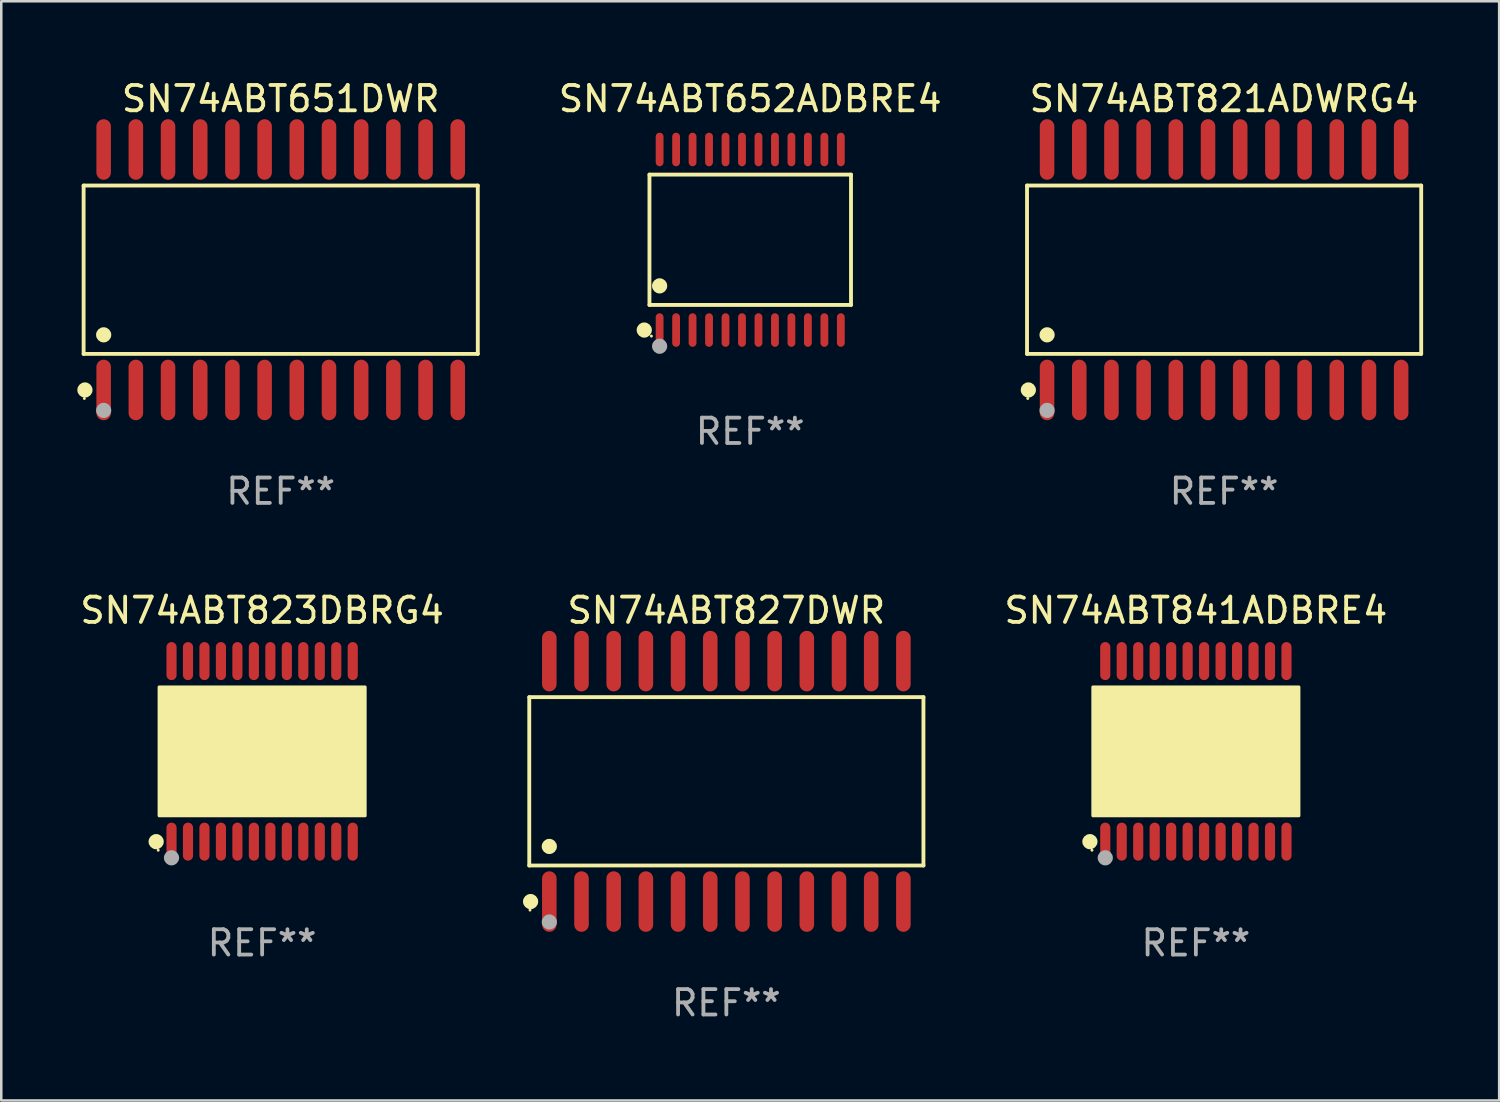
<source format=kicad_pcb>
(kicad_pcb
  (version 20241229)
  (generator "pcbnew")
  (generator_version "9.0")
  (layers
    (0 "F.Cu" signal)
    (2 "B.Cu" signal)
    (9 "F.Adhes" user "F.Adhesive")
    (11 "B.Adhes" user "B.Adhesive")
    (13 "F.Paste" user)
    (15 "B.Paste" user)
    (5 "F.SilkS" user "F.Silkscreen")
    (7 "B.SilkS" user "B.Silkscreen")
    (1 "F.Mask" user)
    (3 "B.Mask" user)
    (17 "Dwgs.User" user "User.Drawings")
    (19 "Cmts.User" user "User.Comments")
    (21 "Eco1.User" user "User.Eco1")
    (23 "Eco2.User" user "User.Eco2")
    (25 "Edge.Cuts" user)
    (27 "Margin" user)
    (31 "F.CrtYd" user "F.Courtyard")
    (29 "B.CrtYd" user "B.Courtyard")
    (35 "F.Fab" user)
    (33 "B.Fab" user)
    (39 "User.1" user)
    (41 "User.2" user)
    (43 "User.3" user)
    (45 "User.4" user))
  (footprint "SN74ABT651DWR"
    (layer "F.Cu")
    (at 8.025 7.592)
    (property "Reference" "SN74ABT651DWR" (at 0 -6.744 0) (layer "F.SilkS") (effects (font (size 1 1) (thickness 0.15))))
    (attr through_hole)
    (fp_line (start -7.776 -3.321) (end 7.776 -3.321) (stroke (width 0.152) (type solid)) (layer "F.SilkS"))
    (fp_line (start -7.776 3.321) (end -7.776 -3.321) (stroke (width 0.152) (type solid)) (layer "F.SilkS"))
    (fp_line (start 7.776 -3.321) (end 7.776 3.321) (stroke (width 0.152) (type solid)) (layer "F.SilkS"))
    (fp_line (start 7.776 3.321) (end -7.776 3.321) (stroke (width 0.152) (type solid)) (layer "F.SilkS"))
    (fp_circle (center -7.747 5.08) (end -7.717 5.08) (stroke (width 0.06) (type solid)) (fill no) (layer "F.SilkS"))
    (fp_circle (center -7.724 4.744) (end -7.574 4.744) (stroke (width 0.3) (type solid)) (fill no) (layer "F.SilkS"))
    (fp_circle (center -6.985 2.569) (end -6.835 2.569) (stroke (width 0.3) (type solid)) (fill no) (layer "F.SilkS"))
    (fp_circle (center -6.985 5.55) (end -6.835 5.55) (stroke (width 0.3) (type solid)) (fill no) (layer "F.Fab"))
    (fp_text user "REF**" (at 0 8.744 0) (layer "F.Fab") (effects (font (size 1 1) (thickness 0.15))))
    (pad "1" smd oval (at -6.985 4.744) (size 0.574 2.388) (layers "F.Cu" "F.Mask" "F.Paste"))
    (pad "2" smd oval (at -5.715 4.744) (size 0.574 2.388) (layers "F.Cu" "F.Mask" "F.Paste"))
    (pad "3" smd oval (at -4.445 4.744) (size 0.574 2.388) (layers "F.Cu" "F.Mask" "F.Paste"))
    (pad "4" smd oval (at -3.175 4.744) (size 0.574 2.388) (layers "F.Cu" "F.Mask" "F.Paste"))
    (pad "5" smd oval (at -1.905 4.744) (size 0.574 2.388) (layers "F.Cu" "F.Mask" "F.Paste"))
    (pad "6" smd oval (at -0.635 4.744) (size 0.574 2.388) (layers "F.Cu" "F.Mask" "F.Paste"))
    (pad "7" smd oval (at 0.635 4.744) (size 0.574 2.388) (layers "F.Cu" "F.Mask" "F.Paste"))
    (pad "8" smd oval (at 1.905 4.744) (size 0.574 2.388) (layers "F.Cu" "F.Mask" "F.Paste"))
    (pad "9" smd oval (at 3.175 4.744) (size 0.574 2.388) (layers "F.Cu" "F.Mask" "F.Paste"))
    (pad "10" smd oval (at 4.445 4.744) (size 0.574 2.388) (layers "F.Cu" "F.Mask" "F.Paste"))
    (pad "11" smd oval (at 5.715 4.744) (size 0.574 2.388) (layers "F.Cu" "F.Mask" "F.Paste"))
    (pad "12" smd oval (at 6.985 4.744) (size 0.574 2.388) (layers "F.Cu" "F.Mask" "F.Paste"))
    (pad "13" smd oval (at 6.985 -4.744) (size 0.574 2.388) (layers "F.Cu" "F.Mask" "F.Paste"))
    (pad "14" smd oval (at 5.715 -4.744) (size 0.574 2.388) (layers "F.Cu" "F.Mask" "F.Paste"))
    (pad "15" smd oval (at 4.445 -4.744) (size 0.574 2.388) (layers "F.Cu" "F.Mask" "F.Paste"))
    (pad "16" smd oval (at 3.175 -4.744) (size 0.574 2.388) (layers "F.Cu" "F.Mask" "F.Paste"))
    (pad "17" smd oval (at 1.905 -4.744) (size 0.574 2.388) (layers "F.Cu" "F.Mask" "F.Paste"))
    (pad "18" smd oval (at 0.635 -4.744) (size 0.574 2.388) (layers "F.Cu" "F.Mask" "F.Paste"))
    (pad "19" smd oval (at -0.635 -4.744) (size 0.574 2.388) (layers "F.Cu" "F.Mask" "F.Paste"))
    (pad "20" smd oval (at -1.905 -4.744) (size 0.574 2.388) (layers "F.Cu" "F.Mask" "F.Paste"))
    (pad "21" smd oval (at -3.175 -4.744) (size 0.574 2.388) (layers "F.Cu" "F.Mask" "F.Paste"))
    (pad "22" smd oval (at -4.445 -4.744) (size 0.574 2.388) (layers "F.Cu" "F.Mask" "F.Paste"))
    (pad "23" smd oval (at -5.715 -4.744) (size 0.574 2.388) (layers "F.Cu" "F.Mask" "F.Paste"))
    (pad "24" smd oval (at -6.985 -4.744) (size 0.574 2.388) (layers "F.Cu" "F.Mask" "F.Paste")))
  (footprint "SN74ABT652ADBRE4"
    (layer "F.Cu")
    (at 26.55 6.41)
    (property "Reference" "SN74ABT652ADBRE4" (at 0 -5.562 0) (layer "F.SilkS") (effects (font (size 1 1) (thickness 0.15))))
    (attr through_hole)
    (fp_line (start -3.976 -2.571) (end 3.976 -2.571) (stroke (width 0.152) (type solid)) (layer "F.SilkS"))
    (fp_line (start -3.976 2.571) (end -3.976 -2.571) (stroke (width 0.152) (type solid)) (layer "F.SilkS"))
    (fp_line (start 3.976 -2.571) (end 3.976 2.571) (stroke (width 0.152) (type solid)) (layer "F.SilkS"))
    (fp_line (start 3.976 2.571) (end -3.976 2.571) (stroke (width 0.152) (type solid)) (layer "F.SilkS"))
    (fp_circle (center -4.181 3.562) (end -4.031 3.562) (stroke (width 0.3) (type solid)) (fill no) (layer "F.SilkS"))
    (fp_circle (center -3.9 3.8) (end -3.87 3.8) (stroke (width 0.06) (type solid)) (fill no) (layer "F.SilkS"))
    (fp_circle (center -3.575 1.819) (end -3.425 1.819) (stroke (width 0.3) (type solid)) (fill no) (layer "F.SilkS"))
    (fp_circle (center -3.575 4.2) (end -3.425 4.2) (stroke (width 0.3) (type solid)) (fill no) (layer "F.Fab"))
    (fp_text user "REF**" (at 0 7.562 0) (layer "F.Fab") (effects (font (size 1 1) (thickness 0.15))))
    (pad "1" smd oval (at -3.575 3.562) (size 0.308 1.324) (layers "F.Cu" "F.Mask" "F.Paste"))
    (pad "2" smd oval (at -2.925 3.562) (size 0.308 1.324) (layers "F.Cu" "F.Mask" "F.Paste"))
    (pad "3" smd oval (at -2.275 3.562) (size 0.308 1.324) (layers "F.Cu" "F.Mask" "F.Paste"))
    (pad "4" smd oval (at -1.625 3.562) (size 0.308 1.324) (layers "F.Cu" "F.Mask" "F.Paste"))
    (pad "5" smd oval (at -0.975 3.562) (size 0.308 1.324) (layers "F.Cu" "F.Mask" "F.Paste"))
    (pad "6" smd oval (at -0.325 3.562) (size 0.308 1.324) (layers "F.Cu" "F.Mask" "F.Paste"))
    (pad "7" smd oval (at 0.325 3.562) (size 0.308 1.324) (layers "F.Cu" "F.Mask" "F.Paste"))
    (pad "8" smd oval (at 0.975 3.562) (size 0.308 1.324) (layers "F.Cu" "F.Mask" "F.Paste"))
    (pad "9" smd oval (at 1.625 3.562) (size 0.308 1.324) (layers "F.Cu" "F.Mask" "F.Paste"))
    (pad "10" smd oval (at 2.275 3.562) (size 0.308 1.324) (layers "F.Cu" "F.Mask" "F.Paste"))
    (pad "11" smd oval (at 2.925 3.562) (size 0.308 1.324) (layers "F.Cu" "F.Mask" "F.Paste"))
    (pad "12" smd oval (at 3.575 3.562) (size 0.308 1.324) (layers "F.Cu" "F.Mask" "F.Paste"))
    (pad "13" smd oval (at 3.575 -3.562) (size 0.308 1.324) (layers "F.Cu" "F.Mask" "F.Paste"))
    (pad "14" smd oval (at 2.925 -3.562) (size 0.308 1.324) (layers "F.Cu" "F.Mask" "F.Paste"))
    (pad "15" smd oval (at 2.275 -3.562) (size 0.308 1.324) (layers "F.Cu" "F.Mask" "F.Paste"))
    (pad "16" smd oval (at 1.625 -3.562) (size 0.308 1.324) (layers "F.Cu" "F.Mask" "F.Paste"))
    (pad "17" smd oval (at 0.975 -3.562) (size 0.308 1.324) (layers "F.Cu" "F.Mask" "F.Paste"))
    (pad "18" smd oval (at 0.325 -3.562) (size 0.308 1.324) (layers "F.Cu" "F.Mask" "F.Paste"))
    (pad "19" smd oval (at -0.325 -3.562) (size 0.308 1.324) (layers "F.Cu" "F.Mask" "F.Paste"))
    (pad "20" smd oval (at -0.975 -3.562) (size 0.308 1.324) (layers "F.Cu" "F.Mask" "F.Paste"))
    (pad "21" smd oval (at -1.625 -3.562) (size 0.308 1.324) (layers "F.Cu" "F.Mask" "F.Paste"))
    (pad "22" smd oval (at -2.275 -3.562) (size 0.308 1.324) (layers "F.Cu" "F.Mask" "F.Paste"))
    (pad "23" smd oval (at -2.925 -3.562) (size 0.308 1.324) (layers "F.Cu" "F.Mask" "F.Paste"))
    (pad "24" smd oval (at -3.575 -3.562) (size 0.308 1.324) (layers "F.Cu" "F.Mask" "F.Paste")))
  (footprint "SN74ABT841ADBRE4"
    (layer "F.Cu")
    (at 44.133 26.595)
    (property "Reference" "SN74ABT841ADBRE4" (at 0 -5.562 0) (layer "F.SilkS") (effects (font (size 1 1) (thickness 0.15))))
    (attr through_hole)
    (fp_circle (center -4.181 3.562) (end -4.031 3.562) (stroke (width 0.3) (type solid)) (fill no) (layer "F.SilkS"))
    (fp_circle (center -4.1 3.9) (end -4.07 3.9) (stroke (width 0.06) (type solid)) (fill no) (layer "F.SilkS"))
    (fp_circle (center -3.575 1.819) (end -3.425 1.819) (stroke (width 0.3) (type solid)) (fill no) (layer "F.SilkS"))
    (fp_poly (pts (xy -4.064 -2.54) (xy 4.064 -2.54) (xy 4.064 2.54) (xy -4.064 2.54)) (stroke (width 0.12) (type solid)) (fill yes) (layer "F.SilkS"))
    (fp_circle (center -3.575 4.2) (end -3.425 4.2) (stroke (width 0.3) (type solid)) (fill no) (layer "F.Fab"))
    (fp_text user "REF**" (at 0 7.562 0) (layer "F.Fab") (effects (font (size 1 1) (thickness 0.15))))
    (pad "1" smd oval (at -3.575 3.562) (size 0.4 1.5) (layers "F.Cu" "F.Mask" "F.Paste"))
    (pad "2" smd oval (at -2.925 3.562) (size 0.4 1.5) (layers "F.Cu" "F.Mask" "F.Paste"))
    (pad "3" smd oval (at -2.275 3.562) (size 0.4 1.5) (layers "F.Cu" "F.Mask" "F.Paste"))
    (pad "4" smd oval (at -1.625 3.562) (size 0.4 1.5) (layers "F.Cu" "F.Mask" "F.Paste"))
    (pad "5" smd oval (at -0.975 3.562) (size 0.4 1.5) (layers "F.Cu" "F.Mask" "F.Paste"))
    (pad "6" smd oval (at -0.325 3.562) (size 0.4 1.5) (layers "F.Cu" "F.Mask" "F.Paste"))
    (pad "7" smd oval (at 0.325 3.562) (size 0.4 1.5) (layers "F.Cu" "F.Mask" "F.Paste"))
    (pad "8" smd oval (at 0.975 3.562) (size 0.4 1.5) (layers "F.Cu" "F.Mask" "F.Paste"))
    (pad "9" smd oval (at 1.625 3.562) (size 0.4 1.5) (layers "F.Cu" "F.Mask" "F.Paste"))
    (pad "10" smd oval (at 2.275 3.562) (size 0.4 1.5) (layers "F.Cu" "F.Mask" "F.Paste"))
    (pad "11" smd oval (at 2.925 3.562) (size 0.4 1.5) (layers "F.Cu" "F.Mask" "F.Paste"))
    (pad "12" smd oval (at 3.575 3.562) (size 0.4 1.5) (layers "F.Cu" "F.Mask" "F.Paste"))
    (pad "13" smd oval (at 3.575 -3.562) (size 0.4 1.5) (layers "F.Cu" "F.Mask" "F.Paste"))
    (pad "14" smd oval (at 2.925 -3.562) (size 0.4 1.5) (layers "F.Cu" "F.Mask" "F.Paste"))
    (pad "15" smd oval (at 2.275 -3.562) (size 0.4 1.5) (layers "F.Cu" "F.Mask" "F.Paste"))
    (pad "16" smd oval (at 1.625 -3.562) (size 0.4 1.5) (layers "F.Cu" "F.Mask" "F.Paste"))
    (pad "17" smd oval (at 0.975 -3.562) (size 0.4 1.5) (layers "F.Cu" "F.Mask" "F.Paste"))
    (pad "18" smd oval (at 0.325 -3.562) (size 0.4 1.5) (layers "F.Cu" "F.Mask" "F.Paste"))
    (pad "19" smd oval (at -0.325 -3.562) (size 0.4 1.5) (layers "F.Cu" "F.Mask" "F.Paste"))
    (pad "20" smd oval (at -0.975 -3.562) (size 0.4 1.5) (layers "F.Cu" "F.Mask" "F.Paste"))
    (pad "21" smd oval (at -1.625 -3.562) (size 0.4 1.5) (layers "F.Cu" "F.Mask" "F.Paste"))
    (pad "22" smd oval (at -2.275 -3.562) (size 0.4 1.5) (layers "F.Cu" "F.Mask" "F.Paste"))
    (pad "23" smd oval (at -2.925 -3.562) (size 0.4 1.5) (layers "F.Cu" "F.Mask" "F.Paste"))
    (pad "24" smd oval (at -3.575 -3.562) (size 0.4 1.5) (layers "F.Cu" "F.Mask" "F.Paste")))
  (footprint "SN74ABT821ADWRG4"
    (layer "F.Cu")
    (at 45.247 7.592)
    (property "Reference" "SN74ABT821ADWRG4" (at 0 -6.744 0) (layer "F.SilkS") (effects (font (size 1 1) (thickness 0.15))))
    (attr through_hole)
    (fp_line (start -7.776 -3.321) (end 7.776 -3.321) (stroke (width 0.152) (type solid)) (layer "F.SilkS"))
    (fp_line (start -7.776 3.321) (end -7.776 -3.321) (stroke (width 0.152) (type solid)) (layer "F.SilkS"))
    (fp_line (start 7.776 -3.321) (end 7.776 3.321) (stroke (width 0.152) (type solid)) (layer "F.SilkS"))
    (fp_line (start 7.776 3.321) (end -7.776 3.321) (stroke (width 0.152) (type solid)) (layer "F.SilkS"))
    (fp_circle (center -7.747 5.08) (end -7.717 5.08) (stroke (width 0.06) (type solid)) (fill no) (layer "F.SilkS"))
    (fp_circle (center -7.724 4.744) (end -7.574 4.744) (stroke (width 0.3) (type solid)) (fill no) (layer "F.SilkS"))
    (fp_circle (center -6.985 2.569) (end -6.835 2.569) (stroke (width 0.3) (type solid)) (fill no) (layer "F.SilkS"))
    (fp_circle (center -6.985 5.55) (end -6.835 5.55) (stroke (width 0.3) (type solid)) (fill no) (layer "F.Fab"))
    (fp_text user "REF**" (at 0 8.744 0) (layer "F.Fab") (effects (font (size 1 1) (thickness 0.15))))
    (pad "1" smd oval (at -6.985 4.744) (size 0.574 2.388) (layers "F.Cu" "F.Mask" "F.Paste"))
    (pad "2" smd oval (at -5.715 4.744) (size 0.574 2.388) (layers "F.Cu" "F.Mask" "F.Paste"))
    (pad "3" smd oval (at -4.445 4.744) (size 0.574 2.388) (layers "F.Cu" "F.Mask" "F.Paste"))
    (pad "4" smd oval (at -3.175 4.744) (size 0.574 2.388) (layers "F.Cu" "F.Mask" "F.Paste"))
    (pad "5" smd oval (at -1.905 4.744) (size 0.574 2.388) (layers "F.Cu" "F.Mask" "F.Paste"))
    (pad "6" smd oval (at -0.635 4.744) (size 0.574 2.388) (layers "F.Cu" "F.Mask" "F.Paste"))
    (pad "7" smd oval (at 0.635 4.744) (size 0.574 2.388) (layers "F.Cu" "F.Mask" "F.Paste"))
    (pad "8" smd oval (at 1.905 4.744) (size 0.574 2.388) (layers "F.Cu" "F.Mask" "F.Paste"))
    (pad "9" smd oval (at 3.175 4.744) (size 0.574 2.388) (layers "F.Cu" "F.Mask" "F.Paste"))
    (pad "10" smd oval (at 4.445 4.744) (size 0.574 2.388) (layers "F.Cu" "F.Mask" "F.Paste"))
    (pad "11" smd oval (at 5.715 4.744) (size 0.574 2.388) (layers "F.Cu" "F.Mask" "F.Paste"))
    (pad "12" smd oval (at 6.985 4.744) (size 0.574 2.388) (layers "F.Cu" "F.Mask" "F.Paste"))
    (pad "13" smd oval (at 6.985 -4.744) (size 0.574 2.388) (layers "F.Cu" "F.Mask" "F.Paste"))
    (pad "14" smd oval (at 5.715 -4.744) (size 0.574 2.388) (layers "F.Cu" "F.Mask" "F.Paste"))
    (pad "15" smd oval (at 4.445 -4.744) (size 0.574 2.388) (layers "F.Cu" "F.Mask" "F.Paste"))
    (pad "16" smd oval (at 3.175 -4.744) (size 0.574 2.388) (layers "F.Cu" "F.Mask" "F.Paste"))
    (pad "17" smd oval (at 1.905 -4.744) (size 0.574 2.388) (layers "F.Cu" "F.Mask" "F.Paste"))
    (pad "18" smd oval (at 0.635 -4.744) (size 0.574 2.388) (layers "F.Cu" "F.Mask" "F.Paste"))
    (pad "19" smd oval (at -0.635 -4.744) (size 0.574 2.388) (layers "F.Cu" "F.Mask" "F.Paste"))
    (pad "20" smd oval (at -1.905 -4.744) (size 0.574 2.388) (layers "F.Cu" "F.Mask" "F.Paste"))
    (pad "21" smd oval (at -3.175 -4.744) (size 0.574 2.388) (layers "F.Cu" "F.Mask" "F.Paste"))
    (pad "22" smd oval (at -4.445 -4.744) (size 0.574 2.388) (layers "F.Cu" "F.Mask" "F.Paste"))
    (pad "23" smd oval (at -5.715 -4.744) (size 0.574 2.388) (layers "F.Cu" "F.Mask" "F.Paste"))
    (pad "24" smd oval (at -6.985 -4.744) (size 0.574 2.388) (layers "F.Cu" "F.Mask" "F.Paste")))
  (footprint "SN74ABT827DWR"
    (layer "F.Cu")
    (at 25.608 27.777)
    (property "Reference" "SN74ABT827DWR" (at 0 -6.744 0) (layer "F.SilkS") (effects (font (size 1 1) (thickness 0.15))))
    (attr through_hole)
    (fp_line (start -7.776 -3.321) (end 7.776 -3.321) (stroke (width 0.152) (type solid)) (layer "F.SilkS"))
    (fp_line (start -7.776 3.321) (end -7.776 -3.321) (stroke (width 0.152) (type solid)) (layer "F.SilkS"))
    (fp_line (start 7.776 -3.321) (end 7.776 3.321) (stroke (width 0.152) (type solid)) (layer "F.SilkS"))
    (fp_line (start 7.776 3.321) (end -7.776 3.321) (stroke (width 0.152) (type solid)) (layer "F.SilkS"))
    (fp_circle (center -7.747 5.08) (end -7.717 5.08) (stroke (width 0.06) (type solid)) (fill no) (layer "F.SilkS"))
    (fp_circle (center -7.724 4.744) (end -7.574 4.744) (stroke (width 0.3) (type solid)) (fill no) (layer "F.SilkS"))
    (fp_circle (center -6.985 2.569) (end -6.835 2.569) (stroke (width 0.3) (type solid)) (fill no) (layer "F.SilkS"))
    (fp_circle (center -6.985 5.55) (end -6.835 5.55) (stroke (width 0.3) (type solid)) (fill no) (layer "F.Fab"))
    (fp_text user "REF**" (at 0 8.744 0) (layer "F.Fab") (effects (font (size 1 1) (thickness 0.15))))
    (pad "1" smd oval (at -6.985 4.744) (size 0.574 2.388) (layers "F.Cu" "F.Mask" "F.Paste"))
    (pad "2" smd oval (at -5.715 4.744) (size 0.574 2.388) (layers "F.Cu" "F.Mask" "F.Paste"))
    (pad "3" smd oval (at -4.445 4.744) (size 0.574 2.388) (layers "F.Cu" "F.Mask" "F.Paste"))
    (pad "4" smd oval (at -3.175 4.744) (size 0.574 2.388) (layers "F.Cu" "F.Mask" "F.Paste"))
    (pad "5" smd oval (at -1.905 4.744) (size 0.574 2.388) (layers "F.Cu" "F.Mask" "F.Paste"))
    (pad "6" smd oval (at -0.635 4.744) (size 0.574 2.388) (layers "F.Cu" "F.Mask" "F.Paste"))
    (pad "7" smd oval (at 0.635 4.744) (size 0.574 2.388) (layers "F.Cu" "F.Mask" "F.Paste"))
    (pad "8" smd oval (at 1.905 4.744) (size 0.574 2.388) (layers "F.Cu" "F.Mask" "F.Paste"))
    (pad "9" smd oval (at 3.175 4.744) (size 0.574 2.388) (layers "F.Cu" "F.Mask" "F.Paste"))
    (pad "10" smd oval (at 4.445 4.744) (size 0.574 2.388) (layers "F.Cu" "F.Mask" "F.Paste"))
    (pad "11" smd oval (at 5.715 4.744) (size 0.574 2.388) (layers "F.Cu" "F.Mask" "F.Paste"))
    (pad "12" smd oval (at 6.985 4.744) (size 0.574 2.388) (layers "F.Cu" "F.Mask" "F.Paste"))
    (pad "13" smd oval (at 6.985 -4.744) (size 0.574 2.388) (layers "F.Cu" "F.Mask" "F.Paste"))
    (pad "14" smd oval (at 5.715 -4.744) (size 0.574 2.388) (layers "F.Cu" "F.Mask" "F.Paste"))
    (pad "15" smd oval (at 4.445 -4.744) (size 0.574 2.388) (layers "F.Cu" "F.Mask" "F.Paste"))
    (pad "16" smd oval (at 3.175 -4.744) (size 0.574 2.388) (layers "F.Cu" "F.Mask" "F.Paste"))
    (pad "17" smd oval (at 1.905 -4.744) (size 0.574 2.388) (layers "F.Cu" "F.Mask" "F.Paste"))
    (pad "18" smd oval (at 0.635 -4.744) (size 0.574 2.388) (layers "F.Cu" "F.Mask" "F.Paste"))
    (pad "19" smd oval (at -0.635 -4.744) (size 0.574 2.388) (layers "F.Cu" "F.Mask" "F.Paste"))
    (pad "20" smd oval (at -1.905 -4.744) (size 0.574 2.388) (layers "F.Cu" "F.Mask" "F.Paste"))
    (pad "21" smd oval (at -3.175 -4.744) (size 0.574 2.388) (layers "F.Cu" "F.Mask" "F.Paste"))
    (pad "22" smd oval (at -4.445 -4.744) (size 0.574 2.388) (layers "F.Cu" "F.Mask" "F.Paste"))
    (pad "23" smd oval (at -5.715 -4.744) (size 0.574 2.388) (layers "F.Cu" "F.Mask" "F.Paste"))
    (pad "24" smd oval (at -6.985 -4.744) (size 0.574 2.388) (layers "F.Cu" "F.Mask" "F.Paste")))
  (footprint "SN74ABT823DBRG4"
    (layer "F.Cu")
    (at 7.292 26.595)
    (property "Reference" "SN74ABT823DBRG4" (at 0 -5.562 0) (layer "F.SilkS") (effects (font (size 1 1) (thickness 0.15))))
    (attr through_hole)
    (fp_circle (center -4.181 3.562) (end -4.031 3.562) (stroke (width 0.3) (type solid)) (fill no) (layer "F.SilkS"))
    (fp_circle (center -4.1 3.9) (end -4.07 3.9) (stroke (width 0.06) (type solid)) (fill no) (layer "F.SilkS"))
    (fp_circle (center -3.575 1.819) (end -3.425 1.819) (stroke (width 0.3) (type solid)) (fill no) (layer "F.SilkS"))
    (fp_poly (pts (xy -4.064 -2.54) (xy 4.064 -2.54) (xy 4.064 2.54) (xy -4.064 2.54)) (stroke (width 0.12) (type solid)) (fill yes) (layer "F.SilkS"))
    (fp_circle (center -3.575 4.2) (end -3.425 4.2) (stroke (width 0.3) (type solid)) (fill no) (layer "F.Fab"))
    (fp_text user "REF**" (at 0 7.562 0) (layer "F.Fab") (effects (font (size 1 1) (thickness 0.15))))
    (pad "1" smd oval (at -3.575 3.562) (size 0.4 1.5) (layers "F.Cu" "F.Mask" "F.Paste"))
    (pad "2" smd oval (at -2.925 3.562) (size 0.4 1.5) (layers "F.Cu" "F.Mask" "F.Paste"))
    (pad "3" smd oval (at -2.275 3.562) (size 0.4 1.5) (layers "F.Cu" "F.Mask" "F.Paste"))
    (pad "4" smd oval (at -1.625 3.562) (size 0.4 1.5) (layers "F.Cu" "F.Mask" "F.Paste"))
    (pad "5" smd oval (at -0.975 3.562) (size 0.4 1.5) (layers "F.Cu" "F.Mask" "F.Paste"))
    (pad "6" smd oval (at -0.325 3.562) (size 0.4 1.5) (layers "F.Cu" "F.Mask" "F.Paste"))
    (pad "7" smd oval (at 0.325 3.562) (size 0.4 1.5) (layers "F.Cu" "F.Mask" "F.Paste"))
    (pad "8" smd oval (at 0.975 3.562) (size 0.4 1.5) (layers "F.Cu" "F.Mask" "F.Paste"))
    (pad "9" smd oval (at 1.625 3.562) (size 0.4 1.5) (layers "F.Cu" "F.Mask" "F.Paste"))
    (pad "10" smd oval (at 2.275 3.562) (size 0.4 1.5) (layers "F.Cu" "F.Mask" "F.Paste"))
    (pad "11" smd oval (at 2.925 3.562) (size 0.4 1.5) (layers "F.Cu" "F.Mask" "F.Paste"))
    (pad "12" smd oval (at 3.575 3.562) (size 0.4 1.5) (layers "F.Cu" "F.Mask" "F.Paste"))
    (pad "13" smd oval (at 3.575 -3.562) (size 0.4 1.5) (layers "F.Cu" "F.Mask" "F.Paste"))
    (pad "14" smd oval (at 2.925 -3.562) (size 0.4 1.5) (layers "F.Cu" "F.Mask" "F.Paste"))
    (pad "15" smd oval (at 2.275 -3.562) (size 0.4 1.5) (layers "F.Cu" "F.Mask" "F.Paste"))
    (pad "16" smd oval (at 1.625 -3.562) (size 0.4 1.5) (layers "F.Cu" "F.Mask" "F.Paste"))
    (pad "17" smd oval (at 0.975 -3.562) (size 0.4 1.5) (layers "F.Cu" "F.Mask" "F.Paste"))
    (pad "18" smd oval (at 0.325 -3.562) (size 0.4 1.5) (layers "F.Cu" "F.Mask" "F.Paste"))
    (pad "19" smd oval (at -0.325 -3.562) (size 0.4 1.5) (layers "F.Cu" "F.Mask" "F.Paste"))
    (pad "20" smd oval (at -0.975 -3.562) (size 0.4 1.5) (layers "F.Cu" "F.Mask" "F.Paste"))
    (pad "21" smd oval (at -1.625 -3.562) (size 0.4 1.5) (layers "F.Cu" "F.Mask" "F.Paste"))
    (pad "22" smd oval (at -2.275 -3.562) (size 0.4 1.5) (layers "F.Cu" "F.Mask" "F.Paste"))
    (pad "23" smd oval (at -2.925 -3.562) (size 0.4 1.5) (layers "F.Cu" "F.Mask" "F.Paste"))
    (pad "24" smd oval (at -3.575 -3.562) (size 0.4 1.5) (layers "F.Cu" "F.Mask" "F.Paste")))
  (gr_rect
    (start -3 -3)
    (end 56.099 40.369)
    (stroke (width 0.1) (type default))
    (fill no)
    (layer "Edge.Cuts")))
</source>
